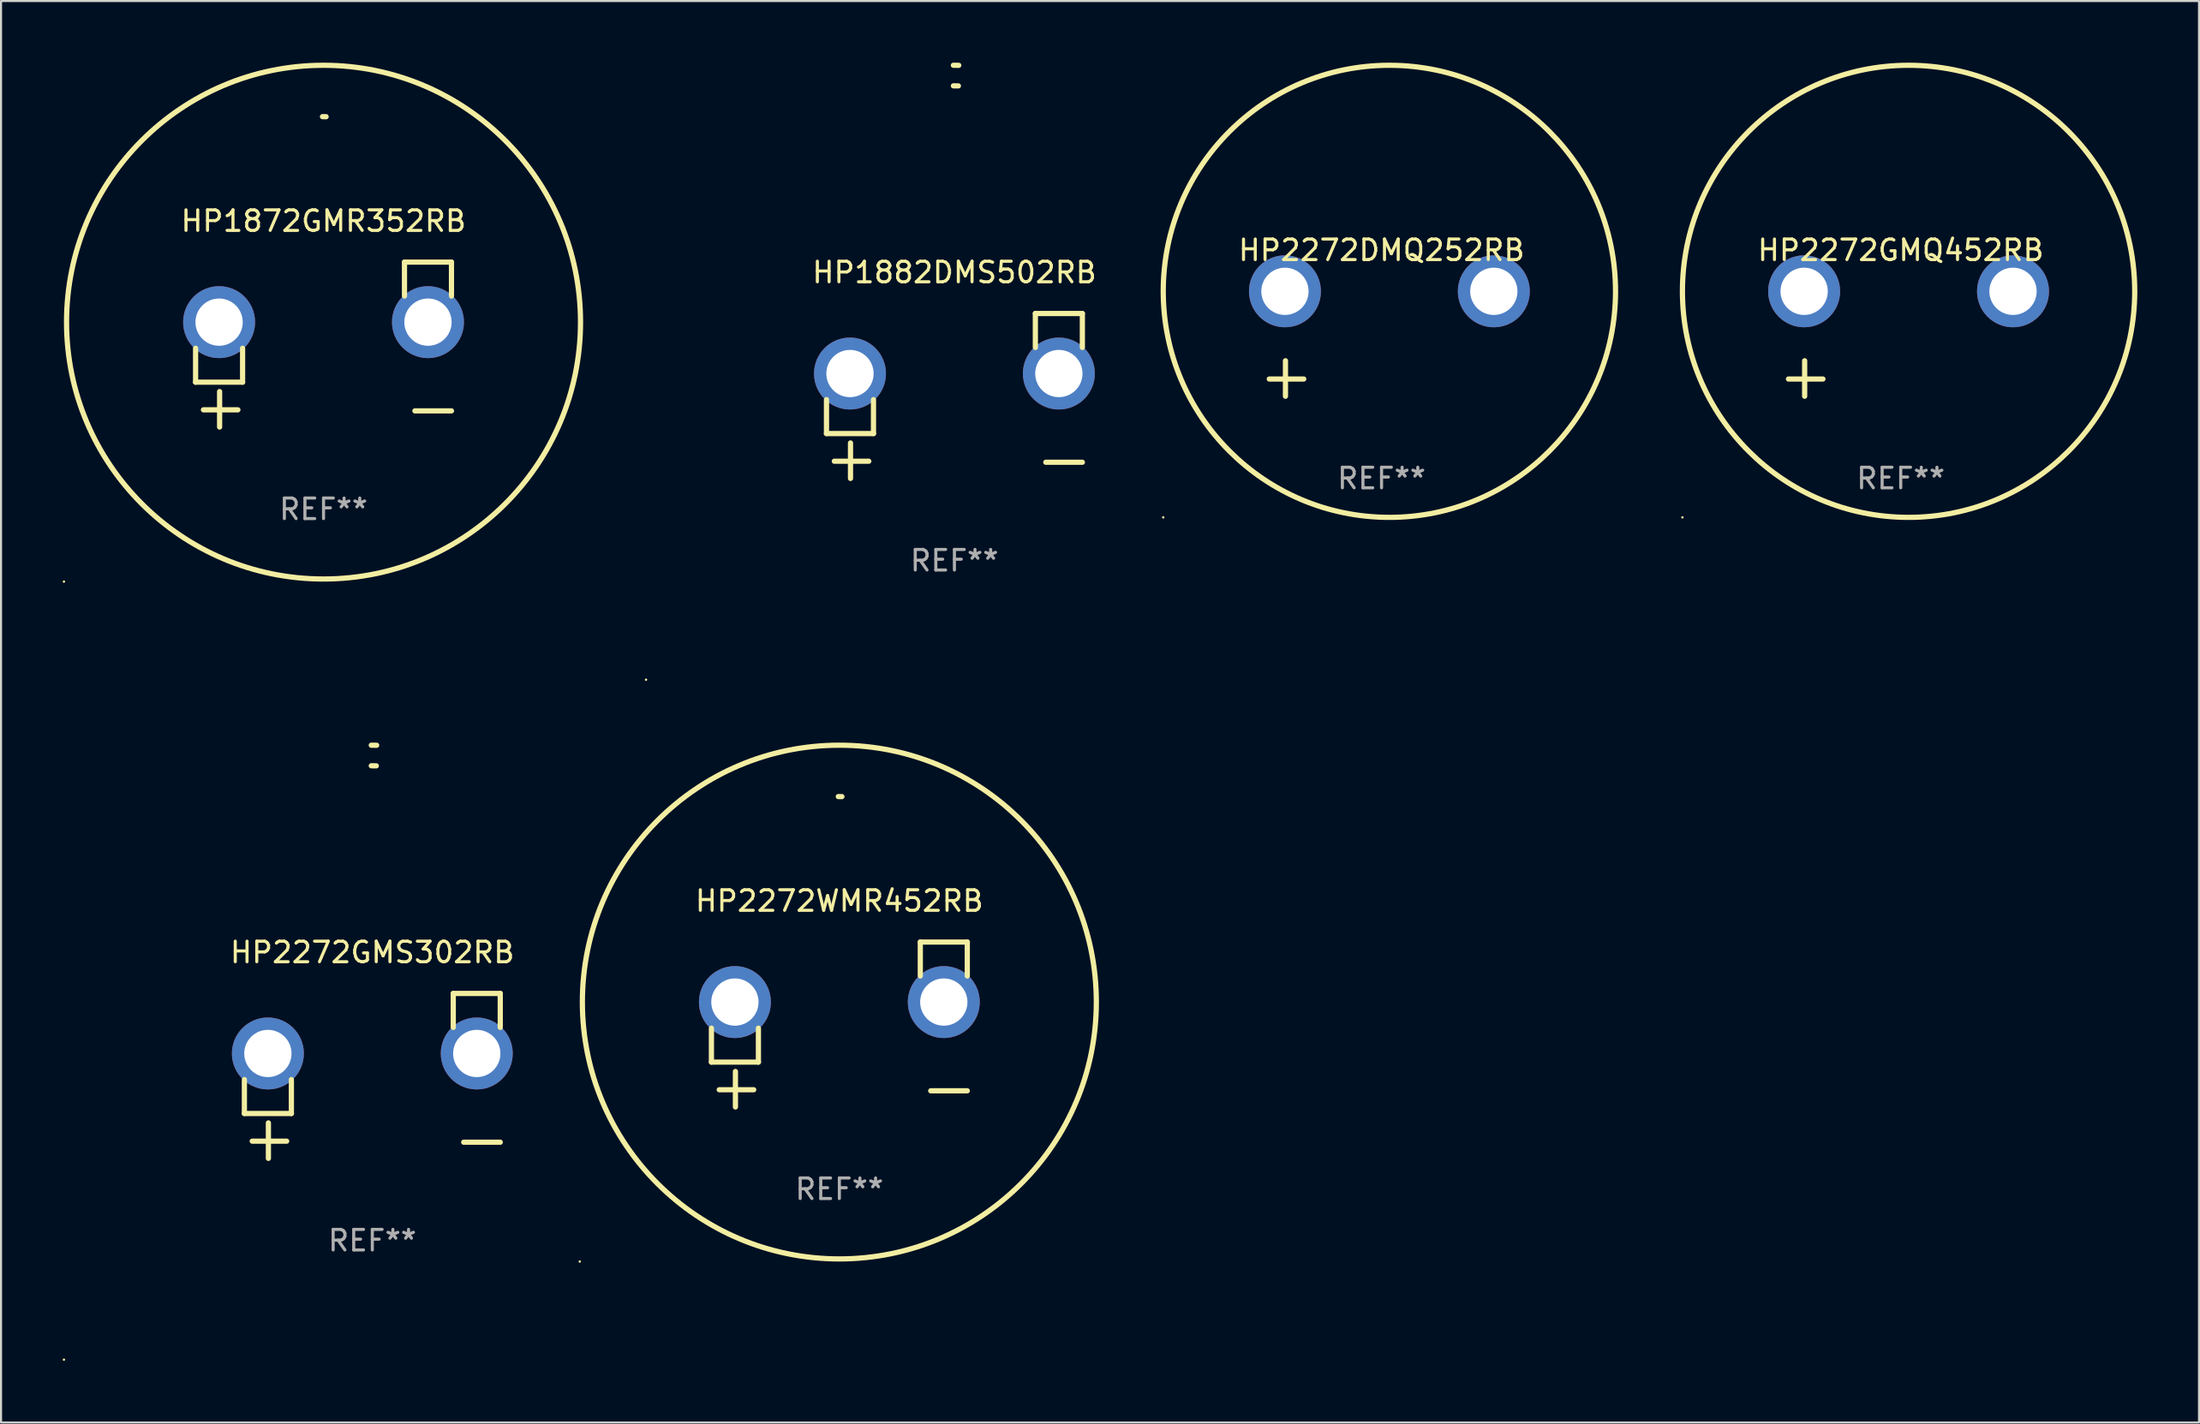
<source format=kicad_pcb>
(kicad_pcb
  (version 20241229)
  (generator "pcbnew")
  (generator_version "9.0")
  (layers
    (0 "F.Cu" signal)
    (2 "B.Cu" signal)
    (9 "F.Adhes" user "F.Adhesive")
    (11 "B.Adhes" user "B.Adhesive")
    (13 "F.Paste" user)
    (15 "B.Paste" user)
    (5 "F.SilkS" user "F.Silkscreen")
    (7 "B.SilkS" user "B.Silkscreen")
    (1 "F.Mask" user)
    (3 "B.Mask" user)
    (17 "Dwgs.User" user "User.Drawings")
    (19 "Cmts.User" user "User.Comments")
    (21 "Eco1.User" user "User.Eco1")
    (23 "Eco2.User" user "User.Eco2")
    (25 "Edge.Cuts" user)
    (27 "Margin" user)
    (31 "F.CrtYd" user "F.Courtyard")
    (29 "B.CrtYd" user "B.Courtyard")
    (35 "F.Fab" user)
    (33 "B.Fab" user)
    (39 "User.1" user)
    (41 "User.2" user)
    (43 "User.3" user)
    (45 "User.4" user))
  (footprint "HP2272WMR452RB"
    (layer "F.Cu")
    (at 37.777 46.807)
    (property "Reference" "HP2272WMR452RB" (at 0 -6.013 0) (layer "F.SilkS") (effects (font (size 1 1) (thickness 0.15))))
    (attr through_hole)
    (fp_line (start -6.223 0.178) (end -6.223 1.829) (stroke (width 0.254) (type solid)) (layer "F.SilkS"))
    (fp_line (start -6.223 1.829) (end -3.937 1.829) (stroke (width 0.254) (type solid)) (layer "F.SilkS"))
    (fp_line (start -5.055 4.013) (end -5.055 2.286) (stroke (width 0.254) (type solid)) (layer "F.SilkS"))
    (fp_line (start -4.166 3.175) (end -5.842 3.175) (stroke (width 0.254) (type solid)) (layer "F.SilkS"))
    (fp_line (start -3.937 1.829) (end -3.937 0.178) (stroke (width 0.254) (type solid)) (layer "F.SilkS"))
    (fp_line (start 3.937 -4.013) (end 3.937 -2.362) (stroke (width 0.254) (type solid)) (layer "F.SilkS"))
    (fp_line (start 6.223 -4.013) (end 3.937 -4.013) (stroke (width 0.254) (type solid)) (layer "F.SilkS"))
    (fp_line (start 6.223 -2.362) (end 6.223 -4.013) (stroke (width 0.254) (type solid)) (layer "F.SilkS"))
    (fp_line (start 6.223 3.226) (end 4.445 3.226) (stroke (width 0.254) (type solid)) (layer "F.SilkS"))
    (fp_arc (start -0.0508 -11.092202) (mid 0.036835 -11.091307) (end 0.12446 -11.089662) (stroke (width 0.254001) (type solid)) (layer "F.SilkS"))
    (fp_circle (center -12.627 11.535) (end -12.597 11.535) (stroke (width 0.06) (type solid)) (fill no) (layer "F.SilkS"))
    (fp_circle (center 0 -1.092) (end 12.5 -1.092) (stroke (width 0.254) (type solid)) (fill no) (layer "F.SilkS"))
    (fp_text user "REF**" (at 0 8.013 0) (layer "F.Fab") (effects (font (size 1 1) (thickness 0.15))))
    (pad "1" thru_hole circle (at -5.08 -1.092) (size 3.5 3.5) (drill 2.3) (layers "*.Cu" "*.Mask"))
    (pad "2" thru_hole circle (at 5.08 -1.092) (size 3.5 3.5) (drill 2.3) (layers "*.Cu" "*.Mask")))
  (footprint "HP2272DMQ252RB"
    (layer "F.Cu")
    (at 64.15 13.68)
    (property "Reference" "HP2272DMQ252RB" (at 0 -4.553 0) (layer "F.SilkS") (effects (font (size 1 1) (thickness 0.15))))
    (attr through_hole)
    (fp_line (start -4.674 2.553) (end -4.674 0.826) (stroke (width 0.254) (type solid)) (layer "F.SilkS"))
    (fp_line (start -3.785 1.715) (end -5.461 1.715) (stroke (width 0.254) (type solid)) (layer "F.SilkS"))
    (fp_circle (center -10.619 8.447) (end -10.589 8.447) (stroke (width 0.06) (type solid)) (fill no) (layer "F.SilkS"))
    (fp_circle (center 0.381 -2.553) (end 11.381 -2.553) (stroke (width 0.254) (type solid)) (fill no) (layer "F.SilkS"))
    (fp_text user "REF**" (at 0 6.553 0) (layer "F.Fab") (effects (font (size 1 1) (thickness 0.15))))
    (pad "1" thru_hole circle (at -4.699 -2.553) (size 3.5 3.5) (drill 2.3) (layers "*.Cu" "*.Mask"))
    (pad "2" thru_hole circle (at 5.461 -2.553) (size 3.5 3.5) (drill 2.3) (layers "*.Cu" "*.Mask")))
  (footprint "HP1882DMS502RB"
    (layer "F.Cu")
    (at 43.374 16.22)
    (property "Reference" "HP1882DMS502RB" (at 0 -6.013 0) (layer "F.SilkS") (effects (font (size 1 1) (thickness 0.15))))
    (attr through_hole)
    (fp_line (start -6.223 0.178) (end -6.223 1.829) (stroke (width 0.254) (type solid)) (layer "F.SilkS"))
    (fp_line (start -6.223 1.829) (end -3.937 1.829) (stroke (width 0.254) (type solid)) (layer "F.SilkS"))
    (fp_line (start -5.055 4.013) (end -5.055 2.286) (stroke (width 0.254) (type solid)) (layer "F.SilkS"))
    (fp_line (start -4.166 3.175) (end -5.842 3.175) (stroke (width 0.254) (type solid)) (layer "F.SilkS"))
    (fp_line (start -3.937 1.829) (end -3.937 0.178) (stroke (width 0.254) (type solid)) (layer "F.SilkS"))
    (fp_line (start 3.937 -4.013) (end 3.937 -2.362) (stroke (width 0.254) (type solid)) (layer "F.SilkS"))
    (fp_line (start 6.223 -4.013) (end 3.937 -4.013) (stroke (width 0.254) (type solid)) (layer "F.SilkS"))
    (fp_line (start 6.223 -2.362) (end 6.223 -4.013) (stroke (width 0.254) (type solid)) (layer "F.SilkS"))
    (fp_line (start 6.223 3.226) (end 4.445 3.226) (stroke (width 0.254) (type solid)) (layer "F.SilkS"))
    (fp_arc (start -0.0508 -16.093472) (mid 0.080016 -16.092762) (end 0.210821 -16.090932) (stroke (width 0.254001) (type solid)) (layer "F.SilkS"))
    (fp_arc (start -0.0508 -15.09271) (mid 0.071125 -15.091961) (end 0.19304 -15.09017) (stroke (width 0.254001) (type solid)) (layer "F.SilkS"))
    (fp_circle (center -15 13.808) (end -14.97 13.808) (stroke (width 0.06) (type solid)) (fill no) (layer "F.SilkS"))
    (fp_text user "REF**" (at 0 8.013 0) (layer "F.Fab") (effects (font (size 1 1) (thickness 0.15))))
    (pad "1" thru_hole circle (at -5.08 -1.092) (size 3.5 3.5) (drill 2.3) (layers "*.Cu" "*.Mask"))
    (pad "2" thru_hole circle (at 5.08 -1.092) (size 3.5 3.5) (drill 2.3) (layers "*.Cu" "*.Mask")))
  (footprint "HP2272GMS302RB"
    (layer "F.Cu")
    (at 15.06 49.309)
    (property "Reference" "HP2272GMS302RB" (at 0 -6.013 0) (layer "F.SilkS") (effects (font (size 1 1) (thickness 0.15))))
    (attr through_hole)
    (fp_line (start -6.223 0.178) (end -6.223 1.829) (stroke (width 0.254) (type solid)) (layer "F.SilkS"))
    (fp_line (start -6.223 1.829) (end -3.937 1.829) (stroke (width 0.254) (type solid)) (layer "F.SilkS"))
    (fp_line (start -5.055 4.013) (end -5.055 2.286) (stroke (width 0.254) (type solid)) (layer "F.SilkS"))
    (fp_line (start -4.166 3.175) (end -5.842 3.175) (stroke (width 0.254) (type solid)) (layer "F.SilkS"))
    (fp_line (start -3.937 1.829) (end -3.937 0.178) (stroke (width 0.254) (type solid)) (layer "F.SilkS"))
    (fp_line (start 3.937 -4.013) (end 3.937 -2.362) (stroke (width 0.254) (type solid)) (layer "F.SilkS"))
    (fp_line (start 6.223 -4.013) (end 3.937 -4.013) (stroke (width 0.254) (type solid)) (layer "F.SilkS"))
    (fp_line (start 6.223 -2.362) (end 6.223 -4.013) (stroke (width 0.254) (type solid)) (layer "F.SilkS"))
    (fp_line (start 6.223 3.226) (end 4.445 3.226) (stroke (width 0.254) (type solid)) (layer "F.SilkS"))
    (fp_arc (start -0.0508 -16.093472) (mid 0.080016 -16.092762) (end 0.210821 -16.090932) (stroke (width 0.254001) (type solid)) (layer "F.SilkS"))
    (fp_arc (start -0.0508 -15.09271) (mid 0.071125 -15.091961) (end 0.19304 -15.09017) (stroke (width 0.254001) (type solid)) (layer "F.SilkS"))
    (fp_circle (center -15 13.808) (end -14.97 13.808) (stroke (width 0.06) (type solid)) (fill no) (layer "F.SilkS"))
    (fp_text user "REF**" (at 0 8.013 0) (layer "F.Fab") (effects (font (size 1 1) (thickness 0.15))))
    (pad "1" thru_hole circle (at -5.08 -1.092) (size 3.5 3.5) (drill 2.3) (layers "*.Cu" "*.Mask"))
    (pad "2" thru_hole circle (at 5.08 -1.092) (size 3.5 3.5) (drill 2.3) (layers "*.Cu" "*.Mask")))
  (footprint "HP2272GMQ452RB"
    (layer "F.Cu")
    (at 89.404 13.68)
    (property "Reference" "HP2272GMQ452RB" (at 0 -4.553 0) (layer "F.SilkS") (effects (font (size 1 1) (thickness 0.15))))
    (attr through_hole)
    (fp_line (start -4.674 2.553) (end -4.674 0.826) (stroke (width 0.254) (type solid)) (layer "F.SilkS"))
    (fp_line (start -3.785 1.715) (end -5.461 1.715) (stroke (width 0.254) (type solid)) (layer "F.SilkS"))
    (fp_circle (center -10.619 8.447) (end -10.589 8.447) (stroke (width 0.06) (type solid)) (fill no) (layer "F.SilkS"))
    (fp_circle (center 0.381 -2.553) (end 11.381 -2.553) (stroke (width 0.254) (type solid)) (fill no) (layer "F.SilkS"))
    (fp_text user "REF**" (at 0 6.553 0) (layer "F.Fab") (effects (font (size 1 1) (thickness 0.15))))
    (pad "1" thru_hole circle (at -4.699 -2.553) (size 3.5 3.5) (drill 2.3) (layers "*.Cu" "*.Mask"))
    (pad "2" thru_hole circle (at 5.461 -2.553) (size 3.5 3.5) (drill 2.3) (layers "*.Cu" "*.Mask")))
  (footprint "HP1872GMR352RB"
    (layer "F.Cu")
    (at 12.687 13.719)
    (property "Reference" "HP1872GMR352RB" (at 0 -6.013 0) (layer "F.SilkS") (effects (font (size 1 1) (thickness 0.15))))
    (attr through_hole)
    (fp_line (start -6.223 0.178) (end -6.223 1.829) (stroke (width 0.254) (type solid)) (layer "F.SilkS"))
    (fp_line (start -6.223 1.829) (end -3.937 1.829) (stroke (width 0.254) (type solid)) (layer "F.SilkS"))
    (fp_line (start -5.055 4.013) (end -5.055 2.286) (stroke (width 0.254) (type solid)) (layer "F.SilkS"))
    (fp_line (start -4.166 3.175) (end -5.842 3.175) (stroke (width 0.254) (type solid)) (layer "F.SilkS"))
    (fp_line (start -3.937 1.829) (end -3.937 0.178) (stroke (width 0.254) (type solid)) (layer "F.SilkS"))
    (fp_line (start 3.937 -4.013) (end 3.937 -2.362) (stroke (width 0.254) (type solid)) (layer "F.SilkS"))
    (fp_line (start 6.223 -4.013) (end 3.937 -4.013) (stroke (width 0.254) (type solid)) (layer "F.SilkS"))
    (fp_line (start 6.223 -2.362) (end 6.223 -4.013) (stroke (width 0.254) (type solid)) (layer "F.SilkS"))
    (fp_line (start 6.223 3.226) (end 4.445 3.226) (stroke (width 0.254) (type solid)) (layer "F.SilkS"))
    (fp_arc (start -0.0508 -11.092202) (mid 0.036835 -11.091307) (end 0.12446 -11.089662) (stroke (width 0.254001) (type solid)) (layer "F.SilkS"))
    (fp_circle (center -12.627 11.535) (end -12.597 11.535) (stroke (width 0.06) (type solid)) (fill no) (layer "F.SilkS"))
    (fp_circle (center 0 -1.092) (end 12.5 -1.092) (stroke (width 0.254) (type solid)) (fill no) (layer "F.SilkS"))
    (fp_text user "REF**" (at 0 8.013 0) (layer "F.Fab") (effects (font (size 1 1) (thickness 0.15))))
    (pad "1" thru_hole circle (at -5.08 -1.092) (size 3.5 3.5) (drill 2.3) (layers "*.Cu" "*.Mask"))
    (pad "2" thru_hole circle (at 5.08 -1.092) (size 3.5 3.5) (drill 2.3) (layers "*.Cu" "*.Mask")))
  (gr_rect
    (start -3 -3)
    (end 103.912 66.177)
    (stroke (width 0.1) (type default))
    (fill no)
    (layer "Edge.Cuts")))
</source>
